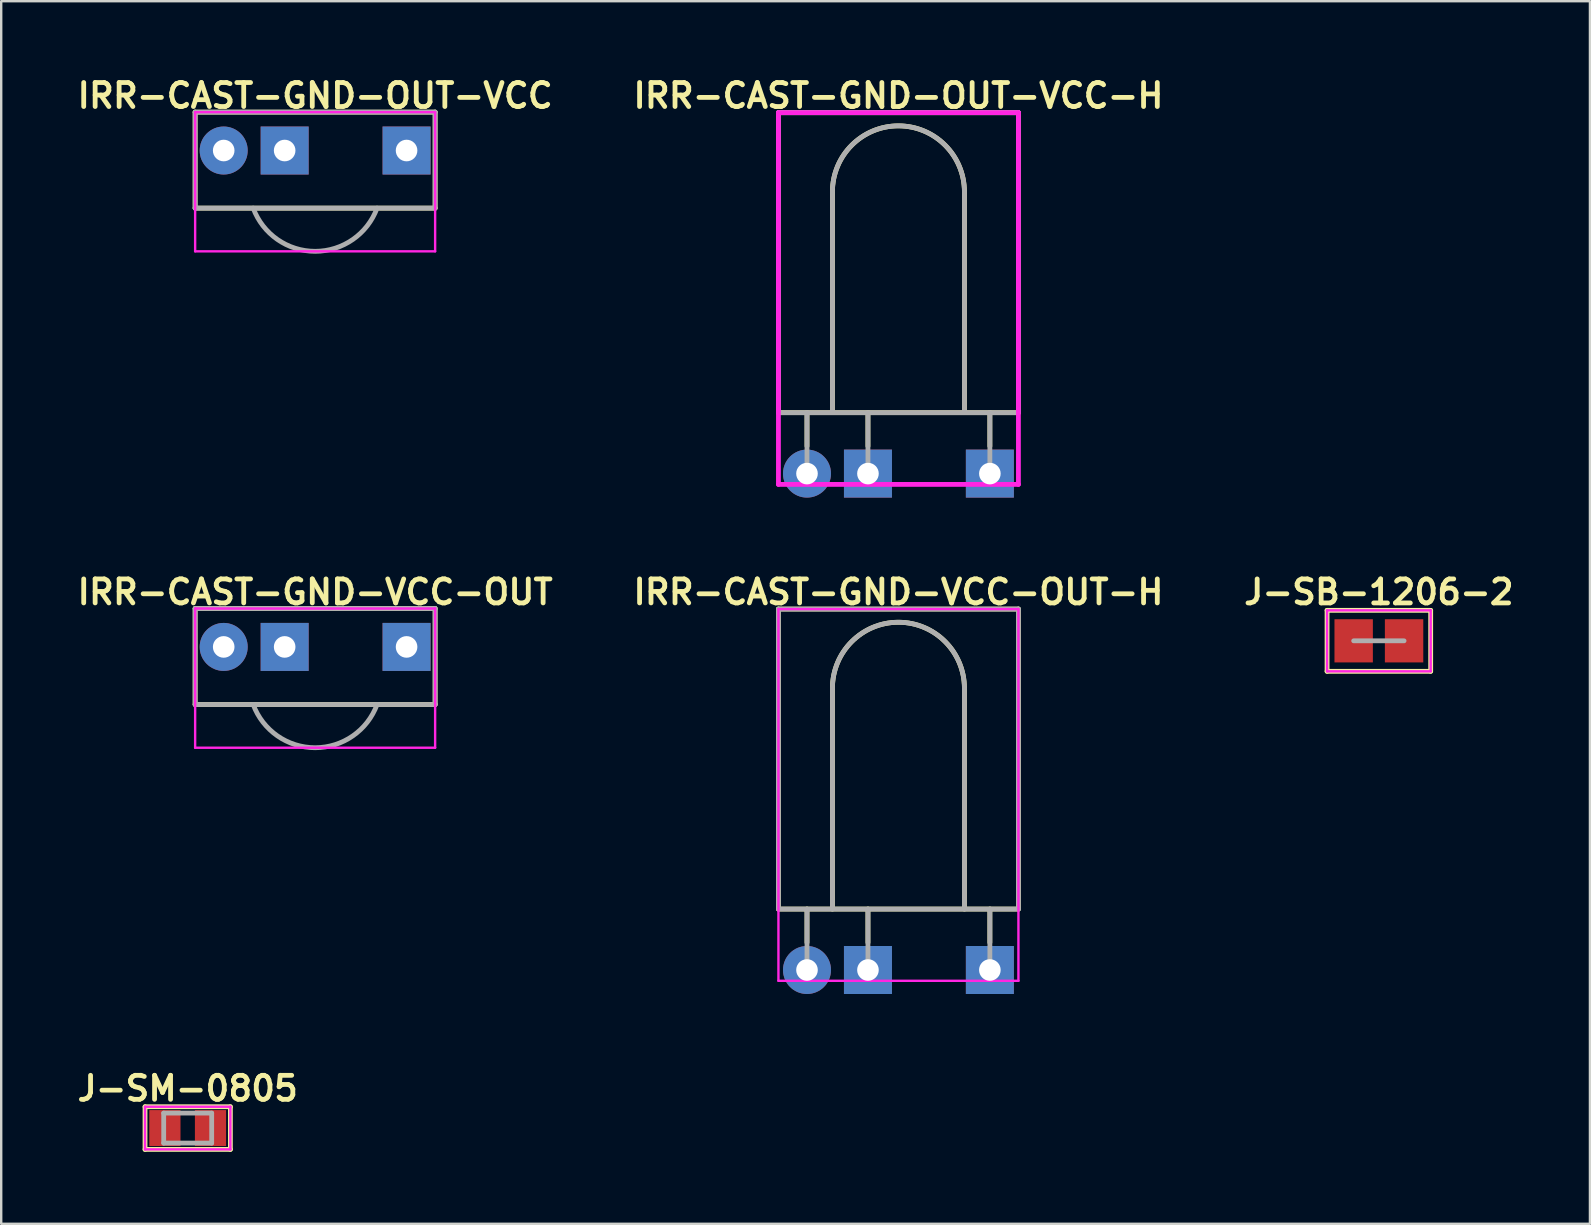
<source format=kicad_pcb>
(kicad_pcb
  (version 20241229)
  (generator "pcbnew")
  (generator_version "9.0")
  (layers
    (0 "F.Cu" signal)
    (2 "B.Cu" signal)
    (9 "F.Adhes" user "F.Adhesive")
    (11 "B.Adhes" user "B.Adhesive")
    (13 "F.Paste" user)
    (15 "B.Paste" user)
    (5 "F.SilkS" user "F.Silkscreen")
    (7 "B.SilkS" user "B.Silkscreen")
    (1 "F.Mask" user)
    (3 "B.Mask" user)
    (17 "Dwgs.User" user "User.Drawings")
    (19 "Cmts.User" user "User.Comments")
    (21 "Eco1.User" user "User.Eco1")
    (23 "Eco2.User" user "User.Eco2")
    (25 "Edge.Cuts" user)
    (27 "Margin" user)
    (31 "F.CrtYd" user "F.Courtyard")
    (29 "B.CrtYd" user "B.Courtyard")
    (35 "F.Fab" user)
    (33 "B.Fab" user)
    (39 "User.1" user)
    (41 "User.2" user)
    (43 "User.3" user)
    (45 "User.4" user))
  (footprint "J-SB-1206-2"
    (layer "F.Cu")
    (at 54.405 23.652)
    (property "Reference" "J-SB-1206-2" (at 0 -2.032 0) (layer "F.SilkS") (effects (font (size 1 1) (thickness 0.2))))
    (attr through_hole)
    (fp_line (start -2.159 -1.27) (end -2.159 1.27) (stroke (width 0.2) (type solid)) (layer "F.SilkS"))
    (fp_line (start -2.159 -1.27) (end 2.159 -1.27) (stroke (width 0.2) (type solid)) (layer "F.SilkS"))
    (fp_line (start -2.159 1.27) (end 2.159 1.27) (stroke (width 0.2) (type solid)) (layer "F.SilkS"))
    (fp_line (start 2.159 -1.27) (end 2.159 1.27) (stroke (width 0.2) (type solid)) (layer "F.SilkS"))
    (fp_line (start -2.159 -1.27) (end -2.159 1.27) (stroke (width 0.1) (type solid)) (layer "F.CrtYd"))
    (fp_line (start -2.159 -1.27) (end 2.159 -1.27) (stroke (width 0.1) (type solid)) (layer "F.CrtYd"))
    (fp_line (start -2.159 1.27) (end 2.159 1.27) (stroke (width 0.1) (type solid)) (layer "F.CrtYd"))
    (fp_line (start 2.159 -1.27) (end 2.159 1.27) (stroke (width 0.1) (type solid)) (layer "F.CrtYd"))
    (fp_line (start -1.05 0) (end 1.05 0) (stroke (width 0.2) (type solid)) (layer "F.Fab"))
    (pad "1" smd rect (at -1.05 0) (size 1.6 1.8) (layers "F.Cu" "F.Mask"))
    (pad "2" smd rect (at 1.05 0) (size 1.6 1.8) (layers "F.Cu" "F.Mask")))
  (footprint "IRR-CAST-GND-VCC-OUT"
    (layer "F.Cu")
    (at 10.081 23.906)
    (property "Reference" "IRR-CAST-GND-VCC-OUT" (at 0 -2.286 0) (layer "F.SilkS") (effects (font (size 1 1) (thickness 0.2))))
    (attr through_hole)
    (fp_line (start -5 -1.6) (end -5 2.4) (stroke (width 0.2) (type solid)) (layer "F.SilkS"))
    (fp_line (start -5 -1.6) (end 5 -1.6) (stroke (width 0.2) (type solid)) (layer "F.SilkS"))
    (fp_line (start -5 2.4) (end 5 2.4) (stroke (width 0.2) (type solid)) (layer "F.SilkS"))
    (fp_line (start 5 -1.6) (end 5 2.4) (stroke (width 0.2) (type solid)) (layer "F.SilkS"))
    (fp_line (start -5 -1.6) (end -5 4.2) (stroke (width 0.1) (type solid)) (layer "F.CrtYd"))
    (fp_line (start -5 -1.6) (end 5 -1.6) (stroke (width 0.1) (type solid)) (layer "F.CrtYd"))
    (fp_line (start -5 4.2) (end 5 4.2) (stroke (width 0.1) (type solid)) (layer "F.CrtYd"))
    (fp_line (start 5 -1.6) (end 5 4.2) (stroke (width 0.1) (type solid)) (layer "F.CrtYd"))
    (fp_line (start -5 -1.6) (end -5 2.4) (stroke (width 0.2) (type solid)) (layer "F.Fab"))
    (fp_line (start -5 -1.6) (end 5 -1.6) (stroke (width 0.2) (type solid)) (layer "F.Fab"))
    (fp_line (start -5 2.4) (end 5 2.4) (stroke (width 0.2) (type solid)) (layer "F.Fab"))
    (fp_line (start 5 -1.6) (end 5 2.4) (stroke (width 0.2) (type solid)) (layer "F.Fab"))
    (fp_arc (start 2.580698 2.4) (mid -0.000458 4.2) (end -2.581014 2.39914) (stroke (width 0.2) (type solid)) (layer "F.Fab"))
    (pad "GND" thru_hole circle (at -3.81 0) (size 2 2) (drill 0.9) (layers "B.Cu" "B.Mask"))
    (pad "OUT" thru_hole rect (at 3.81 0) (size 2 2) (drill 0.9) (layers "B.Cu" "B.Mask"))
    (pad "VCC" thru_hole rect (at -1.27 0) (size 2 2) (drill 0.9) (layers "B.Cu" "B.Mask")))
  (footprint "J-SM-0805"
    (layer "F.Cu")
    (at 4.771 43.955)
    (property "Reference" "J-SM-0805" (at 0 -1.651 0) (layer "F.SilkS") (effects (font (size 1 1) (thickness 0.2))))
    (attr through_hole)
    (fp_line (start -1.778 -0.889) (end 1.778 -0.889) (stroke (width 0.2) (type solid)) (layer "F.SilkS"))
    (fp_line (start -1.778 0.889) (end -1.778 -0.889) (stroke (width 0.2) (type solid)) (layer "F.SilkS"))
    (fp_line (start -1.778 0.889) (end 1.778 0.889) (stroke (width 0.2) (type solid)) (layer "F.SilkS"))
    (fp_line (start 1.778 -0.889) (end 1.778 0.889) (stroke (width 0.2) (type solid)) (layer "F.SilkS"))
    (fp_line (start -1.778 -0.889) (end 1.778 -0.889) (stroke (width 0.1) (type solid)) (layer "F.CrtYd"))
    (fp_line (start -1.778 0.889) (end -1.778 -0.889) (stroke (width 0.1) (type solid)) (layer "F.CrtYd"))
    (fp_line (start 1.778 -0.889) (end 1.778 0.889) (stroke (width 0.1) (type solid)) (layer "F.CrtYd"))
    (fp_line (start 1.778 0.889) (end -1.778 0.889) (stroke (width 0.1) (type solid)) (layer "F.CrtYd"))
    (fp_line (start -1 -0.625) (end 1 -0.625) (stroke (width 0.2) (type solid)) (layer "F.Fab"))
    (fp_line (start -1 0.625) (end -1 -0.625) (stroke (width 0.2) (type solid)) (layer "F.Fab"))
    (fp_line (start -1 0.625) (end 1 0.625) (stroke (width 0.2) (type solid)) (layer "F.Fab"))
    (fp_line (start 1 -0.625) (end 1 0.625) (stroke (width 0.2) (type solid)) (layer "F.Fab"))
    (pad "J" smd rect (at -0.95 0) (size 1.3 1.5) (layers "F.Cu" "F.Mask"))
    (pad "J" smd rect (at 0.95 0) (size 1.3 1.5) (layers "F.Cu" "F.Mask")))
  (footprint "IRR-CAST-GND-OUT-VCC-H"
    (layer "F.Cu")
    (at 34.386 16.684)
    (property "Reference" "IRR-CAST-GND-OUT-VCC-H" (at 0 -15.748 0) (layer "F.SilkS") (effects (font (size 1 1) (thickness 0.2))))
    (attr through_hole)
    (fp_line (start -5 -15.04) (end -5 -2.54) (stroke (width 0.2) (type solid)) (layer "F.SilkS"))
    (fp_line (start -5 -15.04) (end 5 -15.04) (stroke (width 0.2) (type solid)) (layer "F.SilkS"))
    (fp_line (start -5 -2.54) (end 5 -2.54) (stroke (width 0.2) (type solid)) (layer "F.SilkS"))
    (fp_line (start -3.81 -2.54) (end -3.81 -1.143) (stroke (width 0.2) (type solid)) (layer "F.SilkS"))
    (fp_line (start -2.75 -11.74) (end -2.75 -2.54) (stroke (width 0.2) (type solid)) (layer "F.SilkS"))
    (fp_line (start -1.27 -2.54) (end -1.27 -1.143) (stroke (width 0.2) (type solid)) (layer "F.SilkS"))
    (fp_line (start 2.75 -11.74) (end 2.75 -2.54) (stroke (width 0.2) (type solid)) (layer "F.SilkS"))
    (fp_line (start 3.81 -2.54) (end 3.81 -1.143) (stroke (width 0.2) (type solid)) (layer "F.SilkS"))
    (fp_line (start 5 -15.04) (end 5 -2.54) (stroke (width 0.2) (type solid)) (layer "F.SilkS"))
    (fp_arc (start -2.75 -11.74) (mid 0 -14.49) (end 2.75 -11.74) (stroke (width 0.2) (type solid)) (layer "F.SilkS"))
    (fp_line (start -5 -15.04) (end -5 0.45) (stroke (width 0.2) (type solid)) (layer "F.CrtYd"))
    (fp_line (start -5 -15.04) (end 5 -15.04) (stroke (width 0.2) (type solid)) (layer "F.CrtYd"))
    (fp_line (start -5 0.45) (end 5 0.45) (stroke (width 0.2) (type solid)) (layer "F.CrtYd"))
    (fp_line (start 5 -15.04) (end 5 0.45) (stroke (width 0.2) (type solid)) (layer "F.CrtYd"))
    (fp_line (start -5 -15.04) (end -5 -2.54) (stroke (width 0.2) (type solid)) (layer "F.Fab"))
    (fp_line (start -5 -15.04) (end 5 -15.04) (stroke (width 0.2) (type solid)) (layer "F.Fab"))
    (fp_line (start -5 -2.54) (end 5 -2.54) (stroke (width 0.2) (type solid)) (layer "F.Fab"))
    (fp_line (start -3.81 -2.54) (end -3.81 0) (stroke (width 0.2) (type solid)) (layer "F.Fab"))
    (fp_line (start -2.75 -11.74) (end -2.75 -2.54) (stroke (width 0.2) (type solid)) (layer "F.Fab"))
    (fp_line (start -1.27 -2.54) (end -1.27 0) (stroke (width 0.2) (type solid)) (layer "F.Fab"))
    (fp_line (start 2.75 -11.74) (end 2.75 -2.54) (stroke (width 0.2) (type solid)) (layer "F.Fab"))
    (fp_line (start 3.81 -2.54) (end 3.81 0) (stroke (width 0.2) (type solid)) (layer "F.Fab"))
    (fp_line (start 5 -15.04) (end 5 -2.54) (stroke (width 0.2) (type solid)) (layer "F.Fab"))
    (fp_arc (start -2.75 -11.74) (mid 0 -14.49) (end 2.75 -11.74) (stroke (width 0.2) (type solid)) (layer "F.Fab"))
    (pad "GND" thru_hole circle (at -3.81 0) (size 2 2) (drill 0.9) (layers "*.Cu" "*.Mask"))
    (pad "OUT" thru_hole rect (at -1.27 0) (size 2 2) (drill 0.9) (layers "*.Cu" "*.Mask"))
    (pad "VCC" thru_hole rect (at 3.81 0) (size 2 2) (drill 0.9) (layers "*.Cu" "*.Mask")))
  (footprint "IRR-CAST-GND-OUT-VCC"
    (layer "F.Cu")
    (at 10.081 3.222)
    (property "Reference" "IRR-CAST-GND-OUT-VCC" (at 0 -2.286 0) (layer "F.SilkS") (effects (font (size 1 1) (thickness 0.2))))
    (attr through_hole)
    (fp_line (start -5 -1.6) (end -5 2.4) (stroke (width 0.2) (type solid)) (layer "F.SilkS"))
    (fp_line (start -5 -1.6) (end 5 -1.6) (stroke (width 0.2) (type solid)) (layer "F.SilkS"))
    (fp_line (start -5 2.4) (end 5 2.4) (stroke (width 0.2) (type solid)) (layer "F.SilkS"))
    (fp_line (start 5 -1.6) (end 5 2.4) (stroke (width 0.2) (type solid)) (layer "F.SilkS"))
    (fp_line (start -5 -1.6) (end -5 4.2) (stroke (width 0.1) (type solid)) (layer "F.CrtYd"))
    (fp_line (start -5 -1.6) (end 5 -1.6) (stroke (width 0.1) (type solid)) (layer "F.CrtYd"))
    (fp_line (start -5 4.2) (end 5 4.2) (stroke (width 0.1) (type solid)) (layer "F.CrtYd"))
    (fp_line (start 5 -1.6) (end 5 4.2) (stroke (width 0.1) (type solid)) (layer "F.CrtYd"))
    (fp_line (start -5 -1.6) (end -5 2.4) (stroke (width 0.2) (type solid)) (layer "F.Fab"))
    (fp_line (start -5 -1.6) (end 5 -1.6) (stroke (width 0.2) (type solid)) (layer "F.Fab"))
    (fp_line (start -5 2.4) (end 5 2.4) (stroke (width 0.2) (type solid)) (layer "F.Fab"))
    (fp_line (start 5 -1.6) (end 5 2.4) (stroke (width 0.2) (type solid)) (layer "F.Fab"))
    (fp_arc (start 2.580698 2.4) (mid -0.000458 4.2) (end -2.581014 2.39914) (stroke (width 0.2) (type solid)) (layer "F.Fab"))
    (pad "GND" thru_hole circle (at -3.81 0) (size 2 2) (drill 0.9) (layers "B.Cu" "B.Mask"))
    (pad "OUT" thru_hole rect (at -1.27 0) (size 2 2) (drill 0.9) (layers "B.Cu" "B.Mask"))
    (pad "VCC" thru_hole rect (at 3.81 0) (size 2 2) (drill 0.9) (layers "B.Cu" "B.Mask")))
  (footprint "IRR-CAST-GND-VCC-OUT-H"
    (layer "F.Cu")
    (at 34.386 37.368)
    (property "Reference" "IRR-CAST-GND-VCC-OUT-H" (at 0 -15.748 0) (layer "F.SilkS") (effects (font (size 1 1) (thickness 0.2))))
    (attr through_hole)
    (fp_line (start -5 -15.04) (end -5 -2.54) (stroke (width 0.2) (type solid)) (layer "F.SilkS"))
    (fp_line (start -5 -15.04) (end 5 -15.04) (stroke (width 0.2) (type solid)) (layer "F.SilkS"))
    (fp_line (start -5 -2.54) (end 5 -2.54) (stroke (width 0.2) (type solid)) (layer "F.SilkS"))
    (fp_line (start -3.81 -2.54) (end -3.81 -1.143) (stroke (width 0.2) (type solid)) (layer "F.SilkS"))
    (fp_line (start -2.75 -11.74) (end -2.75 -2.54) (stroke (width 0.2) (type solid)) (layer "F.SilkS"))
    (fp_line (start -1.27 -2.54) (end -1.27 -1.143) (stroke (width 0.2) (type solid)) (layer "F.SilkS"))
    (fp_line (start 2.75 -11.74) (end 2.75 -2.54) (stroke (width 0.2) (type solid)) (layer "F.SilkS"))
    (fp_line (start 3.81 -2.54) (end 3.81 -1.143) (stroke (width 0.2) (type solid)) (layer "F.SilkS"))
    (fp_line (start 5 -15.04) (end 5 -2.54) (stroke (width 0.2) (type solid)) (layer "F.SilkS"))
    (fp_arc (start -2.75 -11.74) (mid 0 -14.49) (end 2.75 -11.74) (stroke (width 0.2) (type solid)) (layer "F.SilkS"))
    (fp_line (start -5 -15.04) (end -5 0.45) (stroke (width 0.1) (type solid)) (layer "F.CrtYd"))
    (fp_line (start -5 -15.04) (end 5 -15.04) (stroke (width 0.1) (type solid)) (layer "F.CrtYd"))
    (fp_line (start -5 0.45) (end 5 0.45) (stroke (width 0.1) (type solid)) (layer "F.CrtYd"))
    (fp_line (start 5 -15.04) (end 5 0.45) (stroke (width 0.1) (type solid)) (layer "F.CrtYd"))
    (fp_line (start -5 -15.04) (end -5 -2.54) (stroke (width 0.2) (type solid)) (layer "F.Fab"))
    (fp_line (start -5 -15.04) (end 5 -15.04) (stroke (width 0.2) (type solid)) (layer "F.Fab"))
    (fp_line (start -5 -2.54) (end 5 -2.54) (stroke (width 0.2) (type solid)) (layer "F.Fab"))
    (fp_line (start -3.81 -2.54) (end -3.81 0) (stroke (width 0.2) (type solid)) (layer "F.Fab"))
    (fp_line (start -2.75 -11.74) (end -2.75 -2.54) (stroke (width 0.2) (type solid)) (layer "F.Fab"))
    (fp_line (start -1.27 -2.54) (end -1.27 0) (stroke (width 0.2) (type solid)) (layer "F.Fab"))
    (fp_line (start 2.75 -11.74) (end 2.75 -2.54) (stroke (width 0.2) (type solid)) (layer "F.Fab"))
    (fp_line (start 3.81 -2.54) (end 3.81 0) (stroke (width 0.2) (type solid)) (layer "F.Fab"))
    (fp_line (start 5 -15.04) (end 5 -2.54) (stroke (width 0.2) (type solid)) (layer "F.Fab"))
    (fp_arc (start -2.75 -11.74) (mid 0 -14.49) (end 2.75 -11.74) (stroke (width 0.2) (type solid)) (layer "F.Fab"))
    (pad "GND" thru_hole circle (at -3.81 0) (size 2 2) (drill 0.9) (layers "*.Cu" "*.Mask"))
    (pad "OUT" thru_hole rect (at 3.81 0) (size 2 2) (drill 0.9) (layers "*.Cu" "*.Mask"))
    (pad "VCC" thru_hole rect (at -1.27 0) (size 2 2) (drill 0.9) (layers "*.Cu" "*.Mask")))
  (gr_rect
    (start -3 -3)
    (end 63.2 47.944)
    (stroke (width 0.1) (type default))
    (fill no)
    (layer "Edge.Cuts")))
</source>
